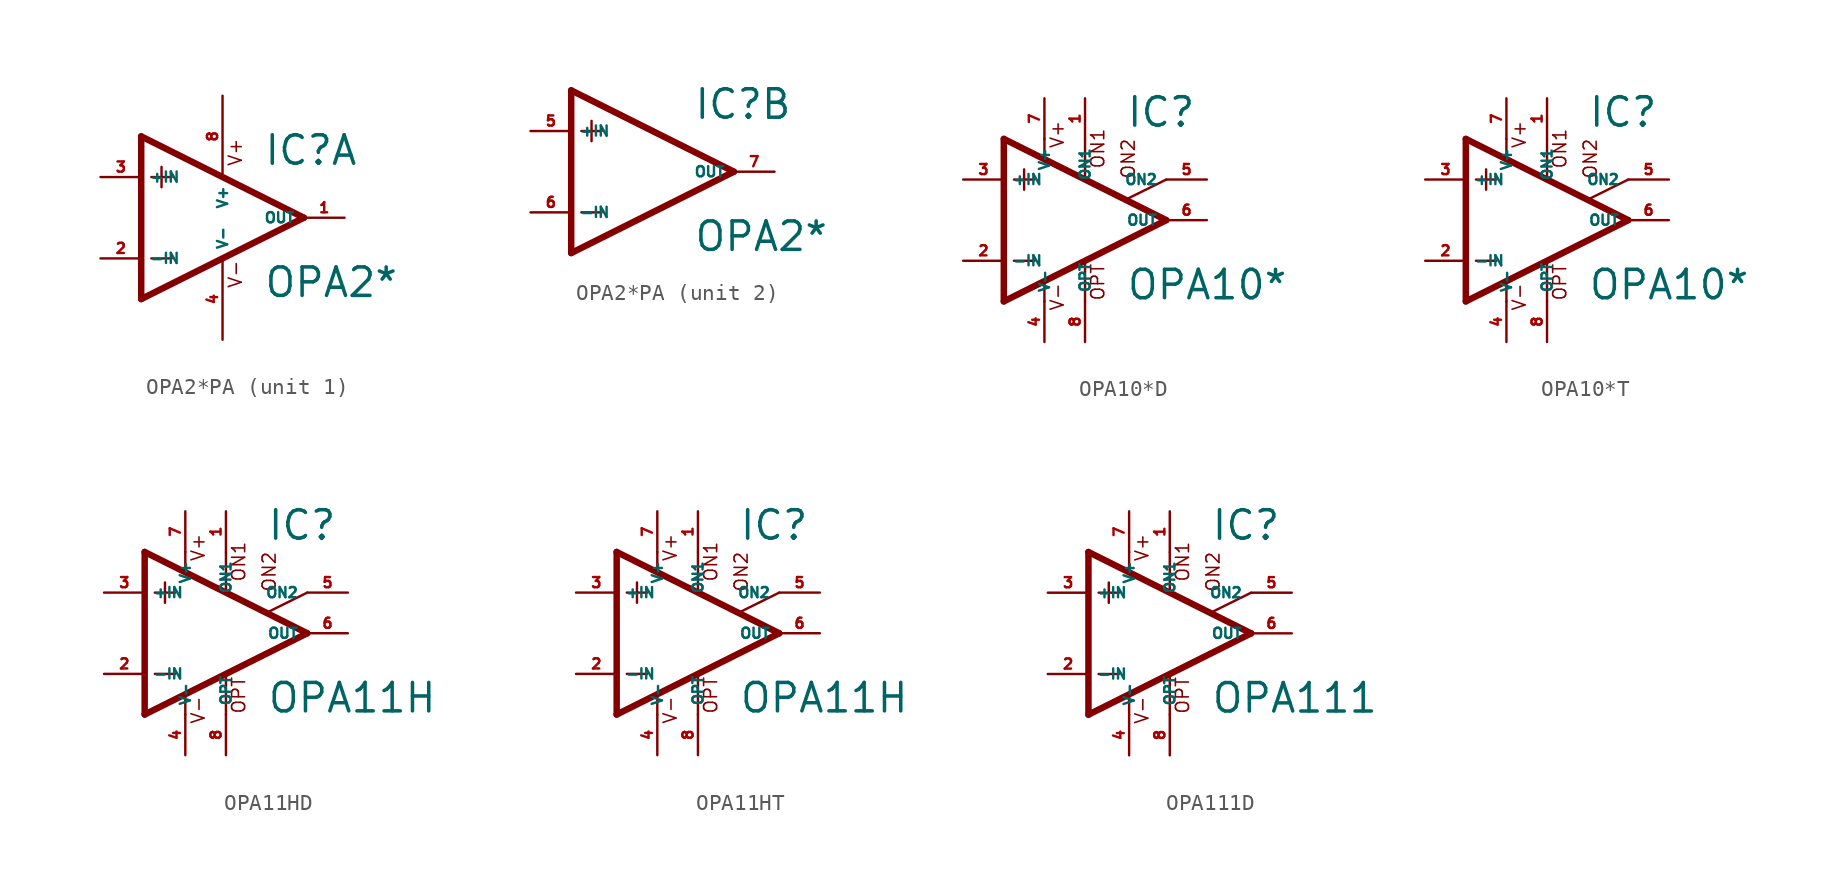
<source format=kicad_sym>
(kicad_symbol_lib
  (version 20220914)
  (generator Eagle2Kicad)
  (symbol "OPA2*PA"
    (property "Reference" "IC"
      (at 2.54 3.175 0)
      (effects (font (size 1.778 1.778) (thickness 0.22)) (justify left bottom)))
    (property "Value" "OPA2*"
      (at 2.54 -5.08 0)
      (effects (font (size 1.778 1.778) (thickness 0.22)) (justify left bottom)))
    (symbol "OPA2*PA_1_0"
      (polyline (pts (xy -5.08 5.08) (xy -5.08 -5.08)) (stroke (width 0.406) (type default)) (fill (type none)))
      (polyline (pts (xy -5.08 -5.08) (xy 5.08 0)) (stroke (width 0.406) (type default)) (fill (type none)))
      (polyline (pts (xy 5.08 0) (xy -5.08 5.08)) (stroke (width 0.406) (type default)) (fill (type none)))
      (polyline (pts (xy -3.81 3.175) (xy -3.81 1.905)) (stroke (width 0.152) (type default)) (fill (type none)))
      (polyline (pts (xy -4.445 2.54) (xy -3.175 2.54)) (stroke (width 0.152) (type default)) (fill (type none)))
      (polyline (pts (xy -4.445 -2.54) (xy -3.175 -2.54)) (stroke (width 0.152) (type default)) (fill (type none)))
      (text "V+" (at 1.27 3.175 900) (effects (font (size 0.813 0.813) (thickness 0.10)) (justify left bottom)))
      (text "V-" (at 1.27 -4.445 900) (effects (font (size 0.813 0.813) (thickness 0.10)) (justify left bottom)))
      (pin input line (at -7.62 -2.54 0) (length 2.54) (name "-IN" (effects (font (size 0.635 0.635) (thickness 0.08)) (justify left bottom))) (number "2" (effects (font (size 0.635 0.635) (thickness 0.08)) (justify left bottom))))
      (pin input line (at -7.62 2.54 0) (length 2.54) (name "+IN" (effects (font (size 0.635 0.635) (thickness 0.08)) (justify left bottom))) (number "3" (effects (font (size 0.635 0.635) (thickness 0.08)) (justify left bottom))))
      (pin output line (at 7.62 0 180) (length 2.54) (name "OUT" (effects (font (size 0.635 0.635) (thickness 0.08)) (justify left bottom))) (number "1" (effects (font (size 0.635 0.635) (thickness 0.08)) (justify left bottom))))
      (pin unspecified line (at 0 7.62 270) (length 5.08) (name "V+" (effects (font (size 0.635 0.635) (thickness 0.08)) (justify left bottom))) (number "8" (effects (font (size 0.635 0.635) (thickness 0.08)) (justify left bottom))))
      (pin unspecified line (at 0 -7.62 90) (length 5.08) (name "V-" (effects (font (size 0.635 0.635) (thickness 0.08)) (justify left bottom))) (number "4" (effects (font (size 0.635 0.635) (thickness 0.08)) (justify left bottom)))))
    (symbol "OPA2*PA_2_0"
      (polyline (pts (xy -5.08 5.08) (xy -5.08 -5.08)) (stroke (width 0.406) (type default)) (fill (type none)))
      (polyline (pts (xy -5.08 -5.08) (xy 5.08 0)) (stroke (width 0.406) (type default)) (fill (type none)))
      (polyline (pts (xy 5.08 0) (xy -5.08 5.08)) (stroke (width 0.406) (type default)) (fill (type none)))
      (polyline (pts (xy -3.81 3.175) (xy -3.81 1.905)) (stroke (width 0.152) (type default)) (fill (type none)))
      (polyline (pts (xy -4.445 2.54) (xy -3.175 2.54)) (stroke (width 0.152) (type default)) (fill (type none)))
      (polyline (pts (xy -4.445 -2.54) (xy -3.175 -2.54)) (stroke (width 0.152) (type default)) (fill (type none)))
      (pin input line (at -7.62 -2.54 0) (length 2.54) (name "-IN" (effects (font (size 0.635 0.635) (thickness 0.08)) (justify left bottom))) (number "6" (effects (font (size 0.635 0.635) (thickness 0.08)) (justify left bottom))))
      (pin input line (at -7.62 2.54 0) (length 2.54) (name "+IN" (effects (font (size 0.635 0.635) (thickness 0.08)) (justify left bottom))) (number "5" (effects (font (size 0.635 0.635) (thickness 0.08)) (justify left bottom))))
      (pin output line (at 7.62 0 180) (length 2.54) (name "OUT" (effects (font (size 0.635 0.635) (thickness 0.08)) (justify left bottom))) (number "7" (effects (font (size 0.635 0.635) (thickness 0.08)) (justify left bottom))))))
  (symbol "OPA10*D"
    (property "Reference" "IC"
      (at 2.54 5.715 0)
      (effects (font (size 1.778 1.778) (thickness 0.22)) (justify left bottom)))
    (property "Value" "OPA10*"
      (at 2.54 -5.08 0)
      (effects (font (size 1.778 1.778) (thickness 0.22)) (justify left bottom)))
    (polyline
      (pts (xy -3.81 3.175) (xy -3.81 1.905))
      (stroke (width 0.152) (type default))
      (fill (type none)))
    (polyline
      (pts (xy -4.445 2.54) (xy -3.175 2.54))
      (stroke (width 0.152) (type default))
      (fill (type none)))
    (polyline
      (pts (xy -4.445 -2.54) (xy -3.175 -2.54))
      (stroke (width 0.152) (type default))
      (fill (type none)))
    (polyline
      (pts (xy -2.54 5.08) (xy -2.54 3.886))
      (stroke (width 0.152) (type default))
      (fill (type none)))
    (polyline
      (pts (xy 0 5.055) (xy 0 2.616))
      (stroke (width 0.152) (type default))
      (fill (type none)))
    (polyline
      (pts (xy 0 -2.616) (xy 0 -5.08))
      (stroke (width 0.152) (type default))
      (fill (type none)))
    (polyline
      (pts (xy -2.54 -3.912) (xy -2.54 -5.08))
      (stroke (width 0.152) (type default))
      (fill (type none)))
    (polyline
      (pts (xy 5.08 2.54) (xy 2.616 1.321))
      (stroke (width 0.152) (type default))
      (fill (type none)))
    (polyline
      (pts (xy 5.08 0) (xy -5.08 5.08))
      (stroke (width 0.406) (type default))
      (fill (type none)))
    (polyline
      (pts (xy -5.08 5.08) (xy -5.08 -5.08))
      (stroke (width 0.406) (type default))
      (fill (type none)))
    (polyline
      (pts (xy -5.08 -5.08) (xy 5.08 0))
      (stroke (width 0.406) (type default))
      (fill (type none)))
    (text "ON1"
      (at 1.27 3.175 900)
      (effects (font (size 0.813 0.813) (thickness 0.10)) (justify left bottom)))
    (text "ON2"
      (at 3.175 2.54 900)
      (effects (font (size 0.813 0.813) (thickness 0.10)) (justify left bottom)))
    (text "OPT"
      (at 1.27 -5.08 900)
      (effects (font (size 0.813 0.813) (thickness 0.10)) (justify left bottom)))
    (text "V+"
      (at -1.27 4.445 900)
      (effects (font (size 0.813 0.813) (thickness 0.10)) (justify left bottom)))
    (text "V-"
      (at -1.27 -5.715 900)
      (effects (font (size 0.813 0.813) (thickness 0.10)) (justify left bottom)))
    (pin passive line
      (at 7.62 2.54 180)
      (length 2.54)
      (name "ON2" (effects (font (size 0.635 0.635) (thickness 0.08)) (justify left bottom)))
      (number "5" (effects (font (size 0.635 0.635) (thickness 0.08)) (justify left bottom))))
    (pin passive line
      (at 0 7.62 270)
      (length 2.54)
      (name "ON1" (effects (font (size 0.635 0.635) (thickness 0.08)) (justify left bottom)))
      (number "1" (effects (font (size 0.635 0.635) (thickness 0.08)) (justify left bottom))))
    (pin input line
      (at -7.62 -2.54 0)
      (length 2.54)
      (name "-IN" (effects (font (size 0.635 0.635) (thickness 0.08)) (justify left bottom)))
      (number "2" (effects (font (size 0.635 0.635) (thickness 0.08)) (justify left bottom))))
    (pin input line
      (at -7.62 2.54 0)
      (length 2.54)
      (name "+IN" (effects (font (size 0.635 0.635) (thickness 0.08)) (justify left bottom)))
      (number "3" (effects (font (size 0.635 0.635) (thickness 0.08)) (justify left bottom))))
    (pin output line
      (at 7.62 0 180)
      (length 2.54)
      (name "OUT" (effects (font (size 0.635 0.635) (thickness 0.08)) (justify left bottom)))
      (number "6" (effects (font (size 0.635 0.635) (thickness 0.08)) (justify left bottom))))
    (pin passive line
      (at 0 -7.62 90)
      (length 2.54)
      (name "OPT" (effects (font (size 0.635 0.635) (thickness 0.08)) (justify left bottom)))
      (number "8" (effects (font (size 0.635 0.635) (thickness 0.08)) (justify left bottom))))
    (pin unspecified line
      (at -2.54 7.62 270)
      (length 2.54)
      (name "V+" (effects (font (size 0.635 0.635) (thickness 0.08)) (justify left bottom)))
      (number "7" (effects (font (size 0.635 0.635) (thickness 0.08)) (justify left bottom))))
    (pin unspecified line
      (at -2.54 -7.62 90)
      (length 2.54)
      (name "V-" (effects (font (size 0.635 0.635) (thickness 0.08)) (justify left bottom)))
      (number "4" (effects (font (size 0.635 0.635) (thickness 0.08)) (justify left bottom)))))
  (symbol "OPA10*T"
    (property "Reference" "IC"
      (at 2.54 5.715 0)
      (effects (font (size 1.778 1.778) (thickness 0.22)) (justify left bottom)))
    (property "Value" "OPA10*"
      (at 2.54 -5.08 0)
      (effects (font (size 1.778 1.778) (thickness 0.22)) (justify left bottom)))
    (polyline
      (pts (xy -3.81 3.175) (xy -3.81 1.905))
      (stroke (width 0.152) (type default))
      (fill (type none)))
    (polyline
      (pts (xy -4.445 2.54) (xy -3.175 2.54))
      (stroke (width 0.152) (type default))
      (fill (type none)))
    (polyline
      (pts (xy -4.445 -2.54) (xy -3.175 -2.54))
      (stroke (width 0.152) (type default))
      (fill (type none)))
    (polyline
      (pts (xy -2.54 5.08) (xy -2.54 3.886))
      (stroke (width 0.152) (type default))
      (fill (type none)))
    (polyline
      (pts (xy 0 5.055) (xy 0 2.616))
      (stroke (width 0.152) (type default))
      (fill (type none)))
    (polyline
      (pts (xy 0 -2.616) (xy 0 -5.08))
      (stroke (width 0.152) (type default))
      (fill (type none)))
    (polyline
      (pts (xy -2.54 -3.912) (xy -2.54 -5.08))
      (stroke (width 0.152) (type default))
      (fill (type none)))
    (polyline
      (pts (xy 5.08 2.54) (xy 2.616 1.321))
      (stroke (width 0.152) (type default))
      (fill (type none)))
    (polyline
      (pts (xy 5.08 0) (xy -5.08 5.08))
      (stroke (width 0.406) (type default))
      (fill (type none)))
    (polyline
      (pts (xy -5.08 5.08) (xy -5.08 -5.08))
      (stroke (width 0.406) (type default))
      (fill (type none)))
    (polyline
      (pts (xy -5.08 -5.08) (xy 5.08 0))
      (stroke (width 0.406) (type default))
      (fill (type none)))
    (text "ON1"
      (at 1.27 3.175 900)
      (effects (font (size 0.813 0.813) (thickness 0.10)) (justify left bottom)))
    (text "ON2"
      (at 3.175 2.54 900)
      (effects (font (size 0.813 0.813) (thickness 0.10)) (justify left bottom)))
    (text "OPT"
      (at 1.27 -5.08 900)
      (effects (font (size 0.813 0.813) (thickness 0.10)) (justify left bottom)))
    (text "V+"
      (at -1.27 4.445 900)
      (effects (font (size 0.813 0.813) (thickness 0.10)) (justify left bottom)))
    (text "V-"
      (at -1.27 -5.715 900)
      (effects (font (size 0.813 0.813) (thickness 0.10)) (justify left bottom)))
    (pin passive line
      (at 7.62 2.54 180)
      (length 2.54)
      (name "ON2" (effects (font (size 0.635 0.635) (thickness 0.08)) (justify left bottom)))
      (number "5" (effects (font (size 0.635 0.635) (thickness 0.08)) (justify left bottom))))
    (pin passive line
      (at 0 7.62 270)
      (length 2.54)
      (name "ON1" (effects (font (size 0.635 0.635) (thickness 0.08)) (justify left bottom)))
      (number "1" (effects (font (size 0.635 0.635) (thickness 0.08)) (justify left bottom))))
    (pin input line
      (at -7.62 -2.54 0)
      (length 2.54)
      (name "-IN" (effects (font (size 0.635 0.635) (thickness 0.08)) (justify left bottom)))
      (number "2" (effects (font (size 0.635 0.635) (thickness 0.08)) (justify left bottom))))
    (pin input line
      (at -7.62 2.54 0)
      (length 2.54)
      (name "+IN" (effects (font (size 0.635 0.635) (thickness 0.08)) (justify left bottom)))
      (number "3" (effects (font (size 0.635 0.635) (thickness 0.08)) (justify left bottom))))
    (pin output line
      (at 7.62 0 180)
      (length 2.54)
      (name "OUT" (effects (font (size 0.635 0.635) (thickness 0.08)) (justify left bottom)))
      (number "6" (effects (font (size 0.635 0.635) (thickness 0.08)) (justify left bottom))))
    (pin passive line
      (at 0 -7.62 90)
      (length 2.54)
      (name "OPT" (effects (font (size 0.635 0.635) (thickness 0.08)) (justify left bottom)))
      (number "8" (effects (font (size 0.635 0.635) (thickness 0.08)) (justify left bottom))))
    (pin unspecified line
      (at -2.54 7.62 270)
      (length 2.54)
      (name "V+" (effects (font (size 0.635 0.635) (thickness 0.08)) (justify left bottom)))
      (number "7" (effects (font (size 0.635 0.635) (thickness 0.08)) (justify left bottom))))
    (pin unspecified line
      (at -2.54 -7.62 90)
      (length 2.54)
      (name "V-" (effects (font (size 0.635 0.635) (thickness 0.08)) (justify left bottom)))
      (number "4" (effects (font (size 0.635 0.635) (thickness 0.08)) (justify left bottom)))))
  (symbol "OPA11HD"
    (property "Reference" "IC"
      (at 2.54 5.715 0)
      (effects (font (size 1.778 1.778) (thickness 0.22)) (justify left bottom)))
    (property "Value" "OPA11H"
      (at 2.54 -5.08 0)
      (effects (font (size 1.778 1.778) (thickness 0.22)) (justify left bottom)))
    (polyline
      (pts (xy -3.81 3.175) (xy -3.81 1.905))
      (stroke (width 0.152) (type default))
      (fill (type none)))
    (polyline
      (pts (xy -4.445 2.54) (xy -3.175 2.54))
      (stroke (width 0.152) (type default))
      (fill (type none)))
    (polyline
      (pts (xy -4.445 -2.54) (xy -3.175 -2.54))
      (stroke (width 0.152) (type default))
      (fill (type none)))
    (polyline
      (pts (xy -2.54 5.08) (xy -2.54 3.886))
      (stroke (width 0.152) (type default))
      (fill (type none)))
    (polyline
      (pts (xy 0 5.055) (xy 0 2.616))
      (stroke (width 0.152) (type default))
      (fill (type none)))
    (polyline
      (pts (xy 0 -2.616) (xy 0 -5.08))
      (stroke (width 0.152) (type default))
      (fill (type none)))
    (polyline
      (pts (xy -2.54 -3.912) (xy -2.54 -5.08))
      (stroke (width 0.152) (type default))
      (fill (type none)))
    (polyline
      (pts (xy 5.08 2.54) (xy 2.616 1.321))
      (stroke (width 0.152) (type default))
      (fill (type none)))
    (polyline
      (pts (xy 5.08 0) (xy -5.08 5.08))
      (stroke (width 0.406) (type default))
      (fill (type none)))
    (polyline
      (pts (xy -5.08 5.08) (xy -5.08 -5.08))
      (stroke (width 0.406) (type default))
      (fill (type none)))
    (polyline
      (pts (xy -5.08 -5.08) (xy 5.08 0))
      (stroke (width 0.406) (type default))
      (fill (type none)))
    (text "ON1"
      (at 1.27 3.175 900)
      (effects (font (size 0.813 0.813) (thickness 0.10)) (justify left bottom)))
    (text "ON2"
      (at 3.175 2.54 900)
      (effects (font (size 0.813 0.813) (thickness 0.10)) (justify left bottom)))
    (text "OPT"
      (at 1.27 -5.08 900)
      (effects (font (size 0.813 0.813) (thickness 0.10)) (justify left bottom)))
    (text "V+"
      (at -1.27 4.445 900)
      (effects (font (size 0.813 0.813) (thickness 0.10)) (justify left bottom)))
    (text "V-"
      (at -1.27 -5.715 900)
      (effects (font (size 0.813 0.813) (thickness 0.10)) (justify left bottom)))
    (pin passive line
      (at 7.62 2.54 180)
      (length 2.54)
      (name "ON2" (effects (font (size 0.635 0.635) (thickness 0.08)) (justify left bottom)))
      (number "5" (effects (font (size 0.635 0.635) (thickness 0.08)) (justify left bottom))))
    (pin passive line
      (at 0 7.62 270)
      (length 2.54)
      (name "ON1" (effects (font (size 0.635 0.635) (thickness 0.08)) (justify left bottom)))
      (number "1" (effects (font (size 0.635 0.635) (thickness 0.08)) (justify left bottom))))
    (pin input line
      (at -7.62 -2.54 0)
      (length 2.54)
      (name "-IN" (effects (font (size 0.635 0.635) (thickness 0.08)) (justify left bottom)))
      (number "2" (effects (font (size 0.635 0.635) (thickness 0.08)) (justify left bottom))))
    (pin input line
      (at -7.62 2.54 0)
      (length 2.54)
      (name "+IN" (effects (font (size 0.635 0.635) (thickness 0.08)) (justify left bottom)))
      (number "3" (effects (font (size 0.635 0.635) (thickness 0.08)) (justify left bottom))))
    (pin output line
      (at 7.62 0 180)
      (length 2.54)
      (name "OUT" (effects (font (size 0.635 0.635) (thickness 0.08)) (justify left bottom)))
      (number "6" (effects (font (size 0.635 0.635) (thickness 0.08)) (justify left bottom))))
    (pin passive line
      (at 0 -7.62 90)
      (length 2.54)
      (name "OPT" (effects (font (size 0.635 0.635) (thickness 0.08)) (justify left bottom)))
      (number "8" (effects (font (size 0.635 0.635) (thickness 0.08)) (justify left bottom))))
    (pin unspecified line
      (at -2.54 7.62 270)
      (length 2.54)
      (name "V+" (effects (font (size 0.635 0.635) (thickness 0.08)) (justify left bottom)))
      (number "7" (effects (font (size 0.635 0.635) (thickness 0.08)) (justify left bottom))))
    (pin unspecified line
      (at -2.54 -7.62 90)
      (length 2.54)
      (name "V-" (effects (font (size 0.635 0.635) (thickness 0.08)) (justify left bottom)))
      (number "4" (effects (font (size 0.635 0.635) (thickness 0.08)) (justify left bottom)))))
  (symbol "OPA11HT"
    (property "Reference" "IC"
      (at 2.54 5.715 0)
      (effects (font (size 1.778 1.778) (thickness 0.22)) (justify left bottom)))
    (property "Value" "OPA11H"
      (at 2.54 -5.08 0)
      (effects (font (size 1.778 1.778) (thickness 0.22)) (justify left bottom)))
    (polyline
      (pts (xy -3.81 3.175) (xy -3.81 1.905))
      (stroke (width 0.152) (type default))
      (fill (type none)))
    (polyline
      (pts (xy -4.445 2.54) (xy -3.175 2.54))
      (stroke (width 0.152) (type default))
      (fill (type none)))
    (polyline
      (pts (xy -4.445 -2.54) (xy -3.175 -2.54))
      (stroke (width 0.152) (type default))
      (fill (type none)))
    (polyline
      (pts (xy -2.54 5.08) (xy -2.54 3.886))
      (stroke (width 0.152) (type default))
      (fill (type none)))
    (polyline
      (pts (xy 0 5.055) (xy 0 2.616))
      (stroke (width 0.152) (type default))
      (fill (type none)))
    (polyline
      (pts (xy 0 -2.616) (xy 0 -5.08))
      (stroke (width 0.152) (type default))
      (fill (type none)))
    (polyline
      (pts (xy -2.54 -3.912) (xy -2.54 -5.08))
      (stroke (width 0.152) (type default))
      (fill (type none)))
    (polyline
      (pts (xy 5.08 2.54) (xy 2.616 1.321))
      (stroke (width 0.152) (type default))
      (fill (type none)))
    (polyline
      (pts (xy 5.08 0) (xy -5.08 5.08))
      (stroke (width 0.406) (type default))
      (fill (type none)))
    (polyline
      (pts (xy -5.08 5.08) (xy -5.08 -5.08))
      (stroke (width 0.406) (type default))
      (fill (type none)))
    (polyline
      (pts (xy -5.08 -5.08) (xy 5.08 0))
      (stroke (width 0.406) (type default))
      (fill (type none)))
    (text "ON1"
      (at 1.27 3.175 900)
      (effects (font (size 0.813 0.813) (thickness 0.10)) (justify left bottom)))
    (text "ON2"
      (at 3.175 2.54 900)
      (effects (font (size 0.813 0.813) (thickness 0.10)) (justify left bottom)))
    (text "OPT"
      (at 1.27 -5.08 900)
      (effects (font (size 0.813 0.813) (thickness 0.10)) (justify left bottom)))
    (text "V+"
      (at -1.27 4.445 900)
      (effects (font (size 0.813 0.813) (thickness 0.10)) (justify left bottom)))
    (text "V-"
      (at -1.27 -5.715 900)
      (effects (font (size 0.813 0.813) (thickness 0.10)) (justify left bottom)))
    (pin passive line
      (at 7.62 2.54 180)
      (length 2.54)
      (name "ON2" (effects (font (size 0.635 0.635) (thickness 0.08)) (justify left bottom)))
      (number "5" (effects (font (size 0.635 0.635) (thickness 0.08)) (justify left bottom))))
    (pin passive line
      (at 0 7.62 270)
      (length 2.54)
      (name "ON1" (effects (font (size 0.635 0.635) (thickness 0.08)) (justify left bottom)))
      (number "1" (effects (font (size 0.635 0.635) (thickness 0.08)) (justify left bottom))))
    (pin input line
      (at -7.62 -2.54 0)
      (length 2.54)
      (name "-IN" (effects (font (size 0.635 0.635) (thickness 0.08)) (justify left bottom)))
      (number "2" (effects (font (size 0.635 0.635) (thickness 0.08)) (justify left bottom))))
    (pin input line
      (at -7.62 2.54 0)
      (length 2.54)
      (name "+IN" (effects (font (size 0.635 0.635) (thickness 0.08)) (justify left bottom)))
      (number "3" (effects (font (size 0.635 0.635) (thickness 0.08)) (justify left bottom))))
    (pin output line
      (at 7.62 0 180)
      (length 2.54)
      (name "OUT" (effects (font (size 0.635 0.635) (thickness 0.08)) (justify left bottom)))
      (number "6" (effects (font (size 0.635 0.635) (thickness 0.08)) (justify left bottom))))
    (pin passive line
      (at 0 -7.62 90)
      (length 2.54)
      (name "OPT" (effects (font (size 0.635 0.635) (thickness 0.08)) (justify left bottom)))
      (number "8" (effects (font (size 0.635 0.635) (thickness 0.08)) (justify left bottom))))
    (pin unspecified line
      (at -2.54 7.62 270)
      (length 2.54)
      (name "V+" (effects (font (size 0.635 0.635) (thickness 0.08)) (justify left bottom)))
      (number "7" (effects (font (size 0.635 0.635) (thickness 0.08)) (justify left bottom))))
    (pin unspecified line
      (at -2.54 -7.62 90)
      (length 2.54)
      (name "V-" (effects (font (size 0.635 0.635) (thickness 0.08)) (justify left bottom)))
      (number "4" (effects (font (size 0.635 0.635) (thickness 0.08)) (justify left bottom)))))
  (symbol "OPA111D"
    (property "Reference" "IC"
      (at 2.54 5.715 0)
      (effects (font (size 1.778 1.778) (thickness 0.22)) (justify left bottom)))
    (property "Value" "OPA111"
      (at 2.54 -5.08 0)
      (effects (font (size 1.778 1.778) (thickness 0.22)) (justify left bottom)))
    (polyline
      (pts (xy -3.81 3.175) (xy -3.81 1.905))
      (stroke (width 0.152) (type default))
      (fill (type none)))
    (polyline
      (pts (xy -4.445 2.54) (xy -3.175 2.54))
      (stroke (width 0.152) (type default))
      (fill (type none)))
    (polyline
      (pts (xy -4.445 -2.54) (xy -3.175 -2.54))
      (stroke (width 0.152) (type default))
      (fill (type none)))
    (polyline
      (pts (xy -2.54 5.08) (xy -2.54 3.886))
      (stroke (width 0.152) (type default))
      (fill (type none)))
    (polyline
      (pts (xy 0 5.055) (xy 0 2.616))
      (stroke (width 0.152) (type default))
      (fill (type none)))
    (polyline
      (pts (xy 0 -2.616) (xy 0 -5.08))
      (stroke (width 0.152) (type default))
      (fill (type none)))
    (polyline
      (pts (xy -2.54 -3.912) (xy -2.54 -5.08))
      (stroke (width 0.152) (type default))
      (fill (type none)))
    (polyline
      (pts (xy 5.08 2.54) (xy 2.616 1.321))
      (stroke (width 0.152) (type default))
      (fill (type none)))
    (polyline
      (pts (xy 5.08 0) (xy -5.08 5.08))
      (stroke (width 0.406) (type default))
      (fill (type none)))
    (polyline
      (pts (xy -5.08 5.08) (xy -5.08 -5.08))
      (stroke (width 0.406) (type default))
      (fill (type none)))
    (polyline
      (pts (xy -5.08 -5.08) (xy 5.08 0))
      (stroke (width 0.406) (type default))
      (fill (type none)))
    (text "ON1"
      (at 1.27 3.175 900)
      (effects (font (size 0.813 0.813) (thickness 0.10)) (justify left bottom)))
    (text "ON2"
      (at 3.175 2.54 900)
      (effects (font (size 0.813 0.813) (thickness 0.10)) (justify left bottom)))
    (text "OPT"
      (at 1.27 -5.08 900)
      (effects (font (size 0.813 0.813) (thickness 0.10)) (justify left bottom)))
    (text "V+"
      (at -1.27 4.445 900)
      (effects (font (size 0.813 0.813) (thickness 0.10)) (justify left bottom)))
    (text "V-"
      (at -1.27 -5.715 900)
      (effects (font (size 0.813 0.813) (thickness 0.10)) (justify left bottom)))
    (pin passive line
      (at 7.62 2.54 180)
      (length 2.54)
      (name "ON2" (effects (font (size 0.635 0.635) (thickness 0.08)) (justify left bottom)))
      (number "5" (effects (font (size 0.635 0.635) (thickness 0.08)) (justify left bottom))))
    (pin passive line
      (at 0 7.62 270)
      (length 2.54)
      (name "ON1" (effects (font (size 0.635 0.635) (thickness 0.08)) (justify left bottom)))
      (number "1" (effects (font (size 0.635 0.635) (thickness 0.08)) (justify left bottom))))
    (pin input line
      (at -7.62 -2.54 0)
      (length 2.54)
      (name "-IN" (effects (font (size 0.635 0.635) (thickness 0.08)) (justify left bottom)))
      (number "2" (effects (font (size 0.635 0.635) (thickness 0.08)) (justify left bottom))))
    (pin input line
      (at -7.62 2.54 0)
      (length 2.54)
      (name "+IN" (effects (font (size 0.635 0.635) (thickness 0.08)) (justify left bottom)))
      (number "3" (effects (font (size 0.635 0.635) (thickness 0.08)) (justify left bottom))))
    (pin output line
      (at 7.62 0 180)
      (length 2.54)
      (name "OUT" (effects (font (size 0.635 0.635) (thickness 0.08)) (justify left bottom)))
      (number "6" (effects (font (size 0.635 0.635) (thickness 0.08)) (justify left bottom))))
    (pin passive line
      (at 0 -7.62 90)
      (length 2.54)
      (name "OPT" (effects (font (size 0.635 0.635) (thickness 0.08)) (justify left bottom)))
      (number "8" (effects (font (size 0.635 0.635) (thickness 0.08)) (justify left bottom))))
    (pin unspecified line
      (at -2.54 7.62 270)
      (length 2.54)
      (name "V+" (effects (font (size 0.635 0.635) (thickness 0.08)) (justify left bottom)))
      (number "7" (effects (font (size 0.635 0.635) (thickness 0.08)) (justify left bottom))))
    (pin unspecified line
      (at -2.54 -7.62 90)
      (length 2.54)
      (name "V-" (effects (font (size 0.635 0.635) (thickness 0.08)) (justify left bottom)))
      (number "4" (effects (font (size 0.635 0.635) (thickness 0.08)) (justify left bottom))))))
</source>
